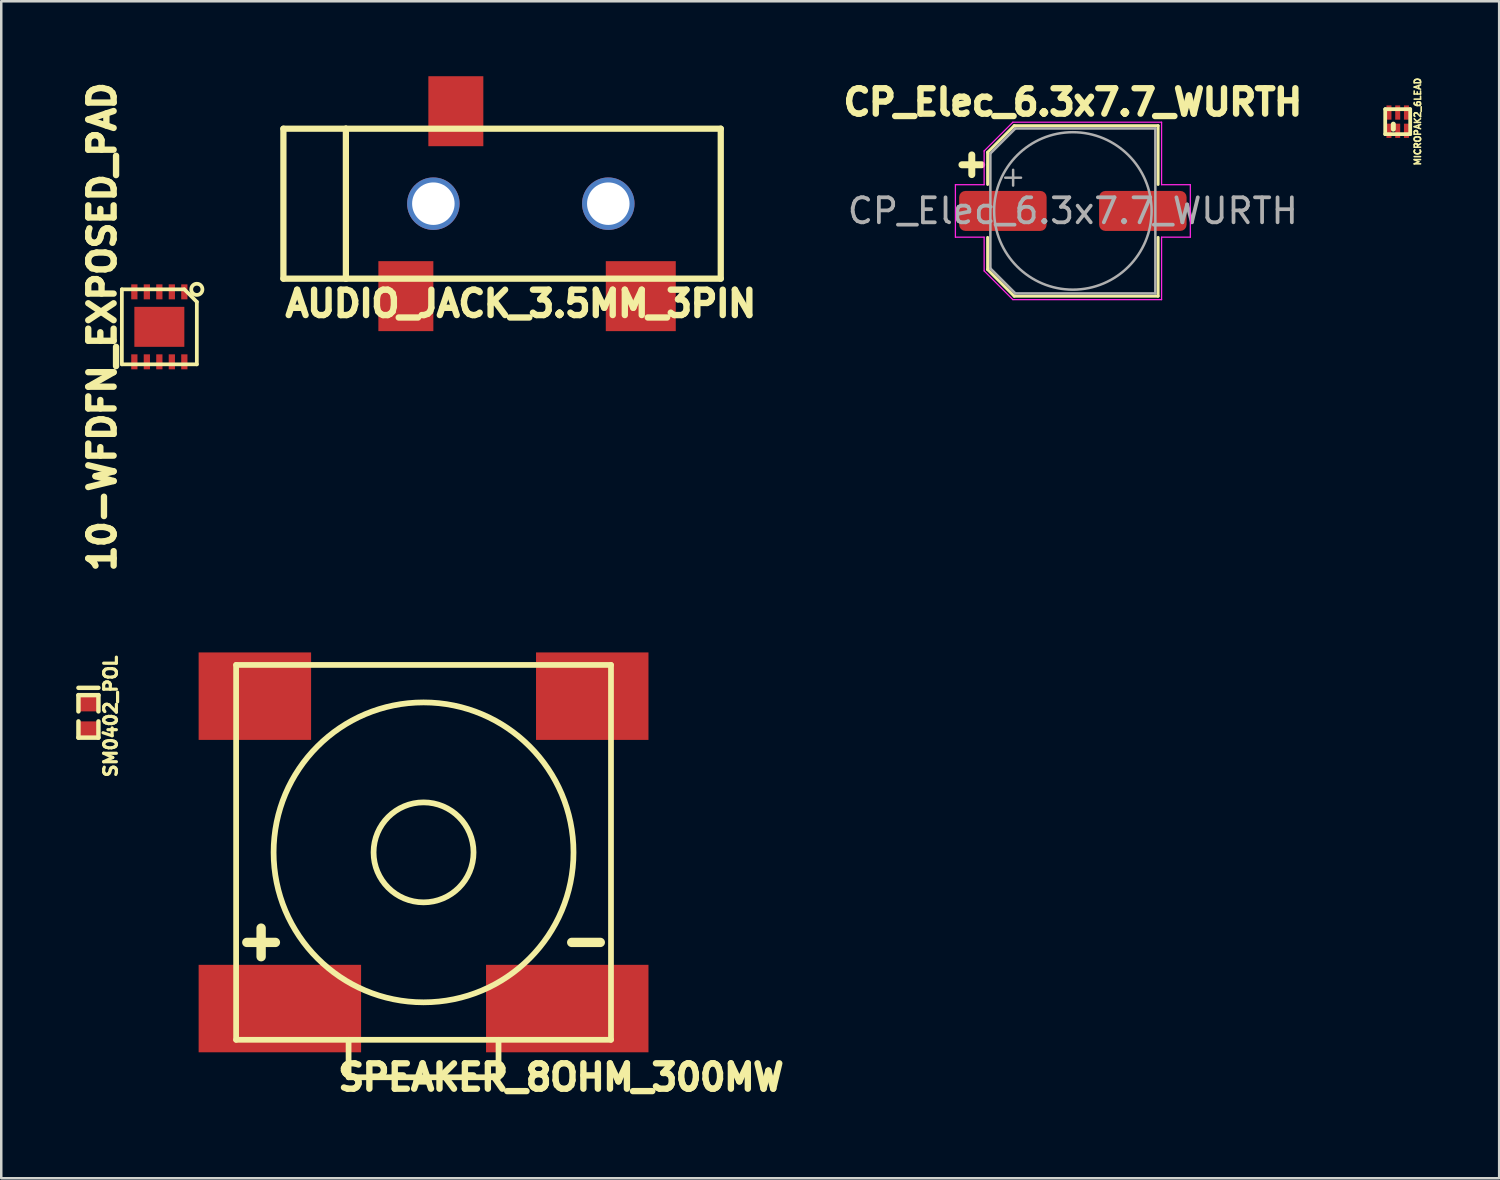
<source format=kicad_pcb>
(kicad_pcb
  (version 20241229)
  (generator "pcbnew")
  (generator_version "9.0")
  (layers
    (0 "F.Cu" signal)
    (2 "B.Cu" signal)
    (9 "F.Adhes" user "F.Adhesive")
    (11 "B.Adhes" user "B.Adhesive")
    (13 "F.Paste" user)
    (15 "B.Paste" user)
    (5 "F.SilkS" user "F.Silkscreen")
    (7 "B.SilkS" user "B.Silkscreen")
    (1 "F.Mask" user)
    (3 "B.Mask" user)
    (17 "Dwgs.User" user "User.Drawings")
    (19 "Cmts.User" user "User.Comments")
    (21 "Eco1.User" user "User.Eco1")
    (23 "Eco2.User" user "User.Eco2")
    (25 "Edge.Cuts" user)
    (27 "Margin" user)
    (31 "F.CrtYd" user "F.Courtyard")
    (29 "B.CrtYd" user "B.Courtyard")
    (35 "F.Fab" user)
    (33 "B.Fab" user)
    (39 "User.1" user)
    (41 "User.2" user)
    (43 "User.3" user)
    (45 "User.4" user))
  (footprint "CP_Elec_6.3x7.7_WURTH"
    (layer "F.Cu")
    (at 39.879 5.39)
    (property "Reference" "CP_Elec_6.3x7.7_WURTH" (at 0 -4.35 0) (layer "F.SilkS") (effects (font (size 1.016 1.016) (thickness 0.254))))
    (attr smd)
    (fp_line (start -4.438 -1.847) (end -3.65 -1.847) (stroke (width 0.279) (type solid)) (layer "F.SilkS"))
    (fp_line (start -4.044 -2.241) (end -4.044 -1.454) (stroke (width 0.279) (type solid)) (layer "F.SilkS"))
    (fp_line (start -3.41 -2.346) (end -3.41 -1.06) (stroke (width 0.12) (type solid)) (layer "F.SilkS"))
    (fp_line (start -3.41 -2.346) (end -2.346 -3.41) (stroke (width 0.12) (type solid)) (layer "F.SilkS"))
    (fp_line (start -3.41 2.346) (end -3.41 1.06) (stroke (width 0.12) (type solid)) (layer "F.SilkS"))
    (fp_line (start -3.41 2.346) (end -2.346 3.41) (stroke (width 0.12) (type solid)) (layer "F.SilkS"))
    (fp_line (start -2.346 -3.41) (end 3.41 -3.41) (stroke (width 0.12) (type solid)) (layer "F.SilkS"))
    (fp_line (start -2.346 3.41) (end 3.41 3.41) (stroke (width 0.12) (type solid)) (layer "F.SilkS"))
    (fp_line (start 3.41 -3.41) (end 3.41 -1.06) (stroke (width 0.12) (type solid)) (layer "F.SilkS"))
    (fp_line (start 3.41 3.41) (end 3.41 1.06) (stroke (width 0.12) (type solid)) (layer "F.SilkS"))
    (fp_line (start -4.7 -1.05) (end -4.7 1.05) (stroke (width 0.05) (type solid)) (layer "F.CrtYd"))
    (fp_line (start -4.7 1.05) (end -3.55 1.05) (stroke (width 0.05) (type solid)) (layer "F.CrtYd"))
    (fp_line (start -3.55 -2.4) (end -3.55 -1.05) (stroke (width 0.05) (type solid)) (layer "F.CrtYd"))
    (fp_line (start -3.55 -2.4) (end -2.4 -3.55) (stroke (width 0.05) (type solid)) (layer "F.CrtYd"))
    (fp_line (start -3.55 -1.05) (end -4.7 -1.05) (stroke (width 0.05) (type solid)) (layer "F.CrtYd"))
    (fp_line (start -3.55 1.05) (end -3.55 2.4) (stroke (width 0.05) (type solid)) (layer "F.CrtYd"))
    (fp_line (start -3.55 2.4) (end -2.4 3.55) (stroke (width 0.05) (type solid)) (layer "F.CrtYd"))
    (fp_line (start -2.4 -3.55) (end 3.55 -3.55) (stroke (width 0.05) (type solid)) (layer "F.CrtYd"))
    (fp_line (start -2.4 3.55) (end 3.55 3.55) (stroke (width 0.05) (type solid)) (layer "F.CrtYd"))
    (fp_line (start 3.55 -3.55) (end 3.55 -1.05) (stroke (width 0.05) (type solid)) (layer "F.CrtYd"))
    (fp_line (start 3.55 -1.05) (end 4.7 -1.05) (stroke (width 0.05) (type solid)) (layer "F.CrtYd"))
    (fp_line (start 3.55 1.05) (end 3.55 3.55) (stroke (width 0.05) (type solid)) (layer "F.CrtYd"))
    (fp_line (start 4.7 -1.05) (end 4.7 1.05) (stroke (width 0.05) (type solid)) (layer "F.CrtYd"))
    (fp_line (start 4.7 1.05) (end 3.55 1.05) (stroke (width 0.05) (type solid)) (layer "F.CrtYd"))
    (fp_line (start -3.3 -2.3) (end -3.3 2.3) (stroke (width 0.1) (type solid)) (layer "F.Fab"))
    (fp_line (start -3.3 -2.3) (end -2.3 -3.3) (stroke (width 0.1) (type solid)) (layer "F.Fab"))
    (fp_line (start -3.3 2.3) (end -2.3 3.3) (stroke (width 0.1) (type solid)) (layer "F.Fab"))
    (fp_line (start -2.705 -1.33) (end -2.075 -1.33) (stroke (width 0.1) (type solid)) (layer "F.Fab"))
    (fp_line (start -2.39 -1.645) (end -2.39 -1.015) (stroke (width 0.1) (type solid)) (layer "F.Fab"))
    (fp_line (start -2.3 -3.3) (end 3.3 -3.3) (stroke (width 0.1) (type solid)) (layer "F.Fab"))
    (fp_line (start -2.3 3.3) (end 3.3 3.3) (stroke (width 0.1) (type solid)) (layer "F.Fab"))
    (fp_line (start 3.3 -3.3) (end 3.3 3.3) (stroke (width 0.1) (type solid)) (layer "F.Fab"))
    (fp_circle (center 0 0) (end 3.15 0) (stroke (width 0.1) (type solid)) (fill no) (layer "F.Fab"))
    (fp_text user "${REFERENCE}" (at 0 0 0) (layer "F.Fab") (effects (font (size 1 1) (thickness 0.15))))
    (pad "1" smd roundrect (at -2.8 0) (size 3.5 1.6) (layers "F.Cu" "F.Mask" "F.Paste") (roundrect_rratio 0.156))
    (pad "2" smd roundrect (at 2.8 0) (size 3.5 1.6) (layers "F.Cu" "F.Mask" "F.Paste") (roundrect_rratio 0.156)))
  (footprint "SM0402_POL"
    (layer "F.Cu")
    (at 0.489 25.615)
    (property "Reference" "SM0402_POL" (at 0.889 0 90) (layer "F.SilkS") (effects (font (size 0.508 0.508) (thickness 0.127))))
    (attr smd)
    (fp_line (start -0.4 -0.85) (end -0.4 -0.2) (stroke (width 0.178) (type solid)) (layer "F.SilkS"))
    (fp_line (start -0.4 0.85) (end -0.4 0.2) (stroke (width 0.178) (type solid)) (layer "F.SilkS"))
    (fp_line (start 0.4 -1.143) (end -0.4 -1.143) (stroke (width 0.178) (type solid)) (layer "F.SilkS"))
    (fp_line (start 0.4 -0.85) (end -0.4 -0.85) (stroke (width 0.178) (type solid)) (layer "F.SilkS"))
    (fp_line (start 0.4 -0.2) (end 0.4 -0.85) (stroke (width 0.178) (type solid)) (layer "F.SilkS"))
    (fp_line (start 0.4 0.2) (end 0.4 0.85) (stroke (width 0.178) (type solid)) (layer "F.SilkS"))
    (fp_line (start 0.4 0.85) (end -0.4 0.85) (stroke (width 0.178) (type solid)) (layer "F.SilkS"))
    (pad "1" smd rect (at 0 -0.5 270) (size 0.6 0.7) (layers "F.Cu" "F.Mask" "F.Paste"))
    (pad "2" smd rect (at 0 0.5 270) (size 0.6 0.7) (layers "F.Cu" "F.Mask" "F.Paste")))
  (footprint "AUDIO_JACK_3.5MM_3PIN"
    (layer "F.Cu")
    (at 10.79 5.1)
    (property "Reference" "AUDIO_JACK_3.5MM_3PIN" (at 7 4 0) (layer "F.SilkS") (effects (font (size 1.016 1.016) (thickness 0.254))))
    (attr through_hole)
    (fp_line (start -2.5 -3) (end -2.5 3) (stroke (width 0.25) (type solid)) (layer "F.SilkS"))
    (fp_line (start -2.5 3) (end 0 3) (stroke (width 0.25) (type solid)) (layer "F.SilkS"))
    (fp_line (start 0 -3) (end -2.5 -3) (stroke (width 0.25) (type solid)) (layer "F.SilkS"))
    (fp_line (start 0 -3) (end 0 3) (stroke (width 0.25) (type solid)) (layer "F.SilkS"))
    (fp_line (start 0 3) (end 15 3) (stroke (width 0.25) (type solid)) (layer "F.SilkS"))
    (fp_line (start 15 -3) (end 0 -3) (stroke (width 0.25) (type solid)) (layer "F.SilkS"))
    (fp_line (start 15 3) (end 15 -3) (stroke (width 0.25) (type solid)) (layer "F.SilkS"))
    (pad "" thru_hole circle (at 3.5 0) (size 2.1 2.1) (drill 1.7) (layers "*.Cu" "*.Mask"))
    (pad "" thru_hole circle (at 10.5 0) (size 2.1 2.1) (drill 1.7) (layers "*.Cu" "*.Mask"))
    (pad "1" smd rect (at 2.4 3.7) (size 2.2 2.8) (layers "F.Cu" "F.Mask" "F.Paste"))
    (pad "2" smd rect (at 11.8 3.7) (size 2.8 2.8) (layers "F.Cu" "F.Mask" "F.Paste"))
    (pad "3" smd rect (at 4.4 -3.7) (size 2.2 2.8) (layers "F.Cu" "F.Mask" "F.Paste")))
  (footprint "SPEAKER_8OHM_300MW"
    (layer "F.Cu")
    (at 13.898 31.056)
    (property "Reference" "SPEAKER_8OHM_300MW" (at 5.5 9 0) (layer "F.SilkS") (effects (font (size 1.016 1.016) (thickness 0.254))))
    (attr through_hole)
    (fp_line (start -7.5 -7.5) (end 7.5 -7.5) (stroke (width 0.229) (type solid)) (layer "F.SilkS"))
    (fp_line (start -7.5 7.5) (end -7.5 -7.5) (stroke (width 0.229) (type solid)) (layer "F.SilkS"))
    (fp_line (start -3 7.5) (end -3 9) (stroke (width 0.229) (type solid)) (layer "F.SilkS"))
    (fp_line (start -3 9) (end 3 9) (stroke (width 0.229) (type solid)) (layer "F.SilkS"))
    (fp_line (start 3 9) (end 3 7.5) (stroke (width 0.229) (type solid)) (layer "F.SilkS"))
    (fp_line (start 7.5 -7.5) (end 7.5 7.5) (stroke (width 0.229) (type solid)) (layer "F.SilkS"))
    (fp_line (start 7.5 7.5) (end -7.5 7.5) (stroke (width 0.229) (type solid)) (layer "F.SilkS"))
    (fp_circle (center 0 0) (end 2 0) (stroke (width 0.229) (type solid)) (fill no) (layer "F.SilkS"))
    (fp_circle (center 0 0) (end 6 0) (stroke (width 0.229) (type solid)) (fill no) (layer "F.SilkS"))
    (fp_text user "-" (at 6.5 3.5 0) (layer "F.SilkS") (effects (font (size 1.5 1.5) (thickness 0.375))))
    (fp_text user "+" (at -6.5 3.5 0) (layer "F.SilkS") (effects (font (size 1.5 1.5) (thickness 0.375))))
    (pad "" smd rect (at -6.75 -6.25) (size 4.5 3.5) (layers "F.Cu" "F.Mask" "F.Paste"))
    (pad "" smd rect (at 6.75 -6.25) (size 4.5 3.5) (layers "F.Cu" "F.Mask" "F.Paste"))
    (pad "1" smd rect (at -5.75 6.25) (size 6.5 3.5) (layers "F.Cu" "F.Mask" "F.Paste"))
    (pad "2" smd rect (at 5.75 6.25) (size 6.5 3.5) (layers "F.Cu" "F.Mask" "F.Paste")))
  (footprint "10-WFDFN_EXPOSED_PAD"
    (layer "F.Cu")
    (at 3.326 10.028)
    (property "Reference" "10-WFDFN_EXPOSED_PAD" (at -2.286 0 90) (layer "F.SilkS") (effects (font (size 1.016 1.016) (thickness 0.254))))
    (attr through_hole)
    (fp_line (start -1.5 -1.5) (end -1.5 1.5) (stroke (width 0.15) (type solid)) (layer "F.SilkS"))
    (fp_line (start -1.5 -1.5) (end 1 -1.5) (stroke (width 0.15) (type solid)) (layer "F.SilkS"))
    (fp_line (start -1.5 1.5) (end 1.5 1.5) (stroke (width 0.15) (type solid)) (layer "F.SilkS"))
    (fp_line (start 1 -1.5) (end 1.5 -1) (stroke (width 0.15) (type solid)) (layer "F.SilkS"))
    (fp_line (start 1.5 1.5) (end 1.5 -1) (stroke (width 0.15) (type solid)) (layer "F.SilkS"))
    (fp_circle (center 1.5 -1.5) (end 1.724 -1.5) (stroke (width 0.15) (type solid)) (fill no) (layer "F.SilkS"))
    (pad "" smd rect (at 0 0) (size 2 1.6) (layers "F.Cu" "F.Mask" "F.Paste"))
    (pad "1" smd rect (at 1 -1.4) (size 0.25 0.6) (layers "F.Cu" "F.Mask" "F.Paste"))
    (pad "2" smd rect (at 0.5 -1.4) (size 0.25 0.6) (layers "F.Cu" "F.Mask" "F.Paste"))
    (pad "3" smd rect (at 0 -1.4) (size 0.25 0.6) (layers "F.Cu" "F.Mask" "F.Paste"))
    (pad "4" smd rect (at -0.5 -1.4) (size 0.25 0.6) (layers "F.Cu" "F.Mask" "F.Paste"))
    (pad "5" smd rect (at -1 -1.4) (size 0.25 0.6) (layers "F.Cu" "F.Mask" "F.Paste"))
    (pad "6" smd rect (at -1 1.4) (size 0.25 0.6) (layers "F.Cu" "F.Mask" "F.Paste"))
    (pad "7" smd rect (at -0.5 1.4) (size 0.25 0.6) (layers "F.Cu" "F.Mask" "F.Paste"))
    (pad "8" smd rect (at 0 1.4) (size 0.25 0.6) (layers "F.Cu" "F.Mask" "F.Paste"))
    (pad "9" smd rect (at 0.5 1.4) (size 0.25 0.6) (layers "F.Cu" "F.Mask" "F.Paste"))
    (pad "10" smd rect (at 1 1.4) (size 0.25 0.6) (layers "F.Cu" "F.Mask" "F.Paste")))
  (footprint "MICROPAK2_6LEAD"
    (layer "F.Cu")
    (at 52.877 1.818)
    (property "Reference" "MICROPAK2_6LEAD" (at 0.8 0 90) (layer "F.SilkS") (effects (font (size 0.254 0.254) (thickness 0.064))))
    (attr through_hole)
    (fp_line (start -0.5 -0.5) (end -0.5 0.5) (stroke (width 0.15) (type solid)) (layer "F.SilkS"))
    (fp_line (start -0.5 0.5) (end 0.5 0.5) (stroke (width 0.15) (type solid)) (layer "F.SilkS"))
    (fp_line (start -0.175 0.1) (end -0.175 0.3) (stroke (width 0.2) (type solid)) (layer "F.SilkS"))
    (fp_line (start 0.5 -0.5) (end -0.5 -0.5) (stroke (width 0.15) (type solid)) (layer "F.SilkS"))
    (fp_line (start 0.5 0.5) (end 0.5 -0.5) (stroke (width 0.15) (type solid)) (layer "F.SilkS"))
    (pad "1" smd rect (at -0.35 0.365) (size 0.2 0.57) (layers "F.Cu" "F.Mask" "F.Paste"))
    (pad "2" smd rect (at 0 0.365) (size 0.2 0.57) (layers "F.Cu" "F.Mask" "F.Paste"))
    (pad "3" smd rect (at 0.35 0.365) (size 0.2 0.57) (layers "F.Cu" "F.Mask" "F.Paste"))
    (pad "4" smd rect (at 0.35 -0.365) (size 0.2 0.57) (layers "F.Cu" "F.Mask" "F.Paste"))
    (pad "5" smd rect (at 0 -0.365) (size 0.2 0.57) (layers "F.Cu" "F.Mask" "F.Paste"))
    (pad "6" smd rect (at -0.35 -0.365) (size 0.2 0.57) (layers "F.Cu" "F.Mask" "F.Paste")))
  (gr_rect
    (start -3 -3)
    (end 56.937 44.096)
    (stroke (width 0.1) (type default))
    (fill no)
    (layer "Edge.Cuts")))
</source>
